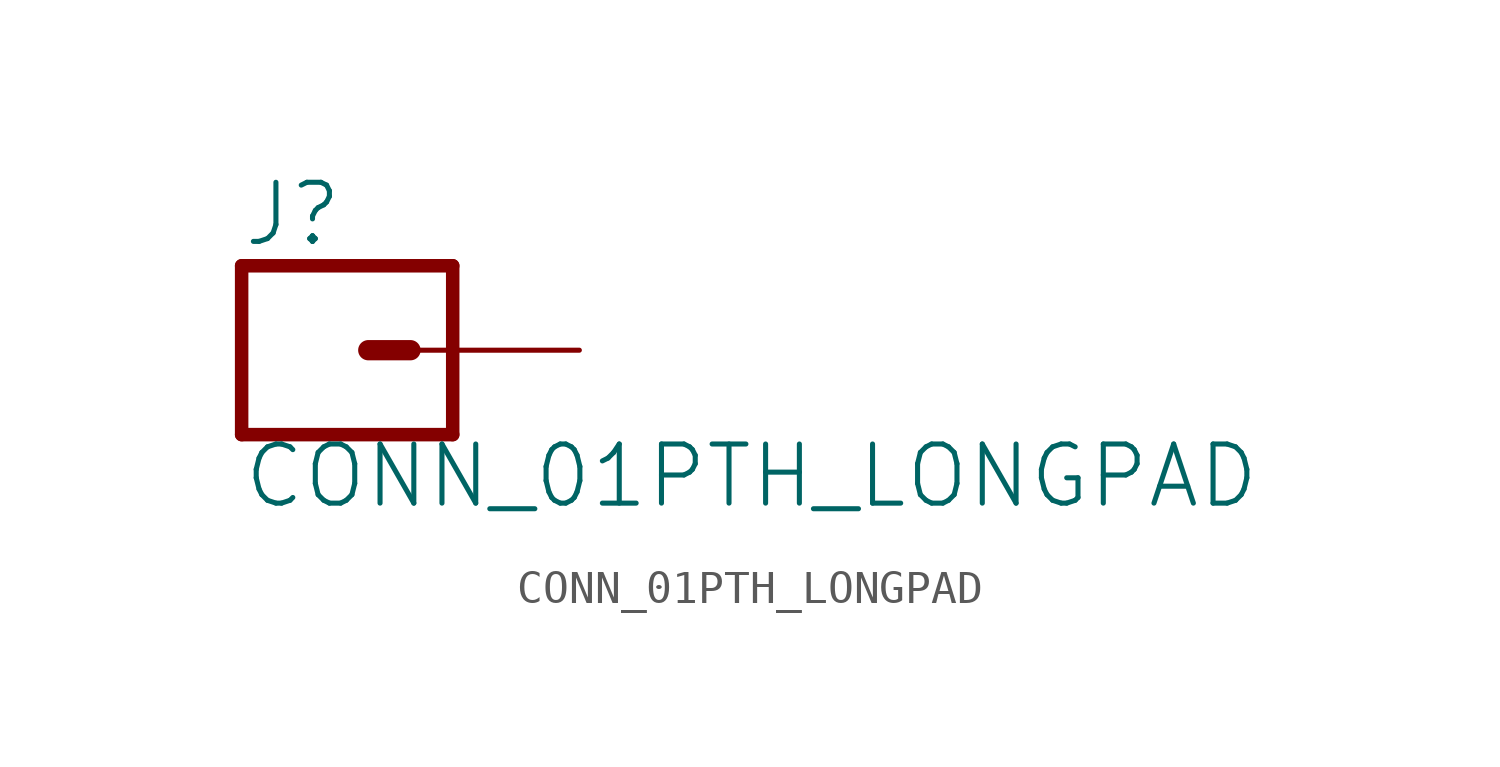
<source format=kicad_sym>
(kicad_symbol_lib
  (version 20211014)
  (generator kicad_symbol_editor)
  (symbol "CONN_01PTH_LONGPAD"
    (property "Reference" "J"
      (at -2.54 3.048 0)
      (effects (font (size 1.778 1.778)) (justify left bottom)))
    (property "Value" "CONN_01PTH_LONGPAD"
      (at -2.54 -4.826 0)
      (effects (font (size 1.778 1.778)) (justify left bottom)))
    (property "ki_locked" ""
      (at 0 0 0)
      (effects (font (size 1.27 1.27))))
    (symbol "CONN_01PTH_LONGPAD_1_0"
      (polyline (pts (xy -2.54 2.54) (xy -2.54 -2.54)) (stroke (width 0.406) (type default) (color 0 0 0 0)) (fill (type none)))
      (polyline (pts (xy -2.54 2.54) (xy 3.81 2.54)) (stroke (width 0.406) (type default) (color 0 0 0 0)) (fill (type none)))
      (polyline (pts (xy 1.27 0) (xy 2.54 0)) (stroke (width 0.61) (type default) (color 0 0 0 0)) (fill (type none)))
      (polyline (pts (xy 3.81 -2.54) (xy -2.54 -2.54)) (stroke (width 0.406) (type default) (color 0 0 0 0)) (fill (type none)))
      (polyline (pts (xy 3.81 -2.54) (xy 3.81 2.54)) (stroke (width 0.406) (type default) (color 0 0 0 0)) (fill (type none)))
      (pin passive line (at 7.62 0 180) (length 5.08) (name "1" (effects (font (size 0 0)))) (number "1" (effects (font (size 0 0))))))))
</source>
